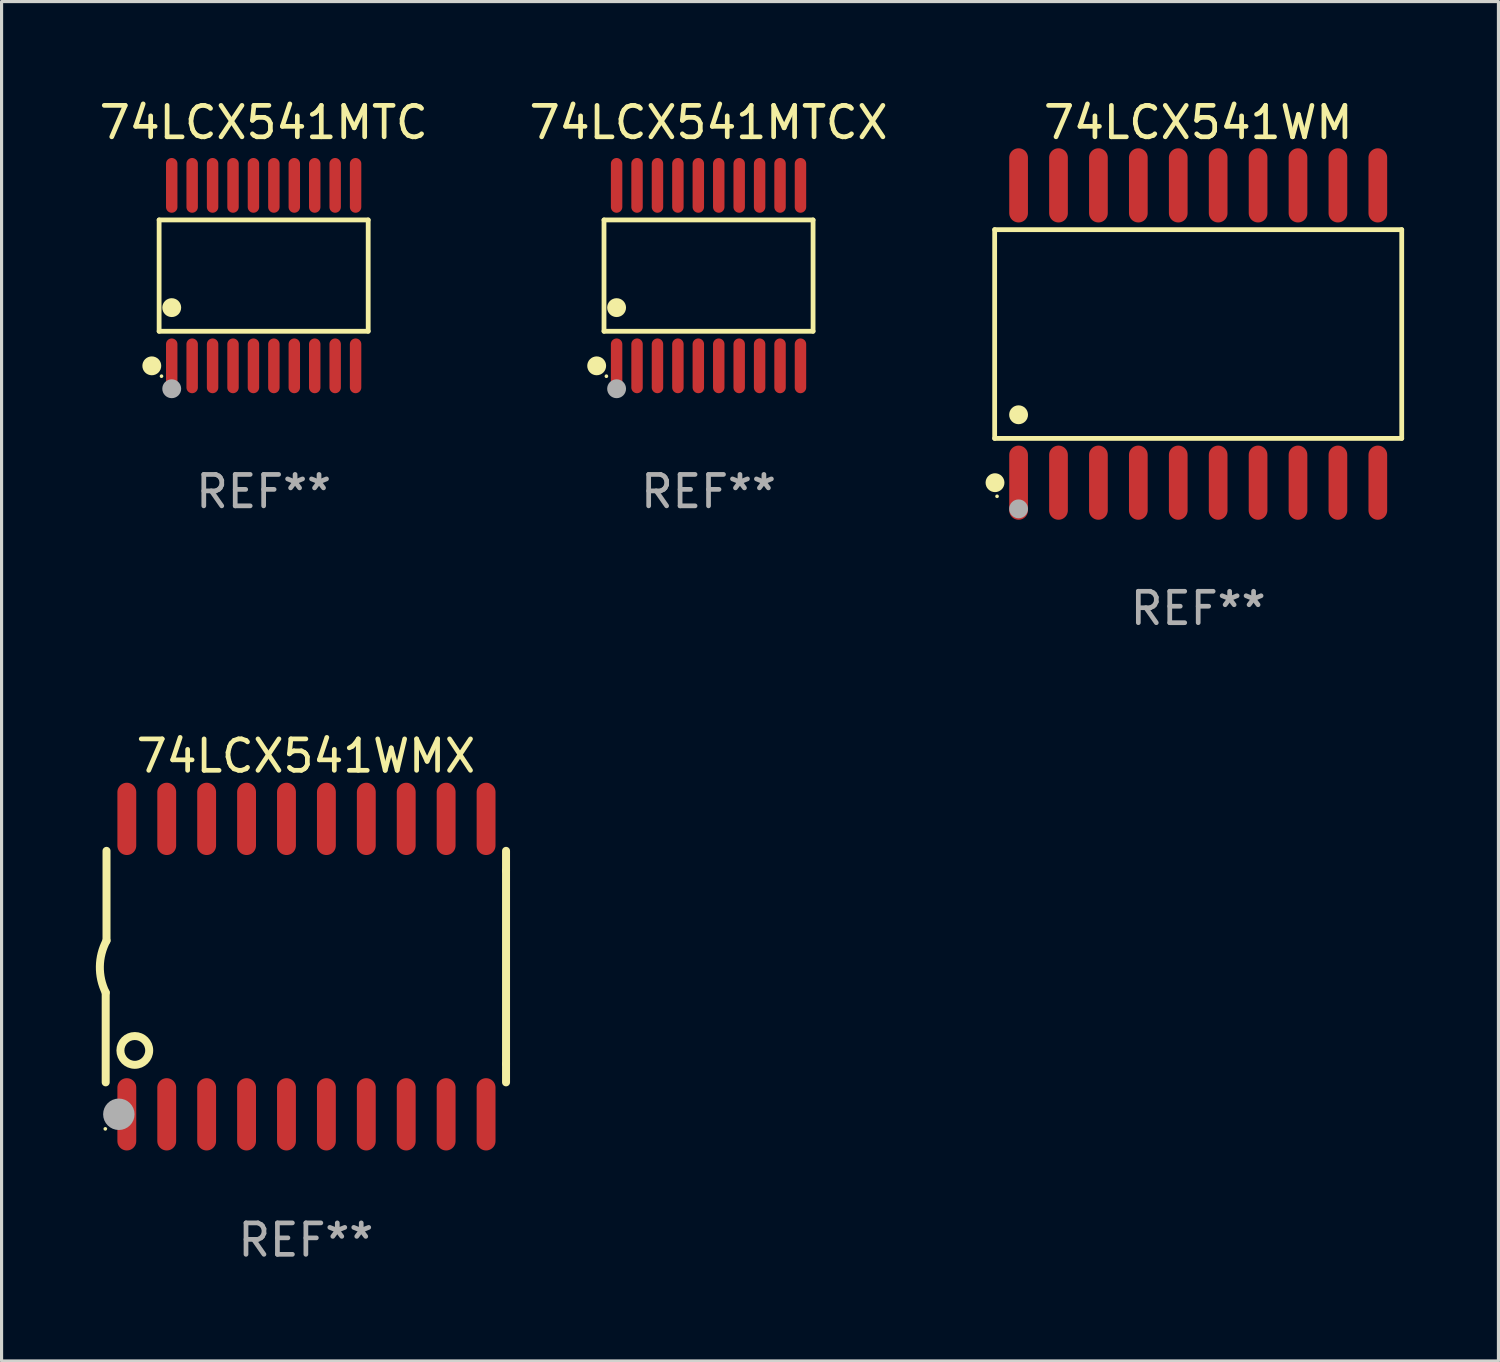
<source format=kicad_pcb>
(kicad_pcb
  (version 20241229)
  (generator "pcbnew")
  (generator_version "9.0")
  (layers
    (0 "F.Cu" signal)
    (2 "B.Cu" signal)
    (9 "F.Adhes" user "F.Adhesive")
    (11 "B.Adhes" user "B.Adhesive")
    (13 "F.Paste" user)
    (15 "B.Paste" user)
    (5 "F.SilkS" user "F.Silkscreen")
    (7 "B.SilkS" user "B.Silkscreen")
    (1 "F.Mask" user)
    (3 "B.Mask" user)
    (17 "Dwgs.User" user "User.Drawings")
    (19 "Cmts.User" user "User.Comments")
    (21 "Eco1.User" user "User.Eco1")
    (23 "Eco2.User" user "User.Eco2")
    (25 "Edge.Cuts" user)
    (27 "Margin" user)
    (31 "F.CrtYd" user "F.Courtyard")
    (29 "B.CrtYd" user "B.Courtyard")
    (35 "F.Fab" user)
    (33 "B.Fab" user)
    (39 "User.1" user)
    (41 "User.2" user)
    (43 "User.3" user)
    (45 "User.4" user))
  (footprint "74LCX541MTC"
    (layer "F.Cu")
    (at 5.339 5.719)
    (property "Reference" "74LCX541MTC" (at 0 -4.871 0) (layer "F.SilkS") (effects (font (size 1 1) (thickness 0.15))))
    (attr through_hole)
    (fp_line (start -3.326 -1.771) (end 3.326 -1.771) (stroke (width 0.152) (type solid)) (layer "F.SilkS"))
    (fp_line (start -3.326 1.771) (end -3.326 -1.771) (stroke (width 0.152) (type solid)) (layer "F.SilkS"))
    (fp_line (start 3.326 -1.771) (end 3.326 1.771) (stroke (width 0.152) (type solid)) (layer "F.SilkS"))
    (fp_line (start 3.326 1.771) (end -3.326 1.771) (stroke (width 0.152) (type solid)) (layer "F.SilkS"))
    (fp_circle (center -3.559 2.871) (end -3.409 2.871) (stroke (width 0.3) (type solid)) (fill no) (layer "F.SilkS"))
    (fp_circle (center -3.25 3.2) (end -3.22 3.2) (stroke (width 0.06) (type solid)) (fill no) (layer "F.SilkS"))
    (fp_circle (center -2.925 1.019) (end -2.775 1.019) (stroke (width 0.3) (type solid)) (fill no) (layer "F.SilkS"))
    (fp_circle (center -2.925 3.6) (end -2.775 3.6) (stroke (width 0.3) (type solid)) (fill no) (layer "F.Fab"))
    (fp_text user "REF**" (at 0 6.871 0) (layer "F.Fab") (effects (font (size 1 1) (thickness 0.15))))
    (pad "1" smd oval (at -2.925 2.871) (size 0.364 1.742) (layers "F.Cu" "F.Mask" "F.Paste"))
    (pad "2" smd oval (at -2.275 2.871) (size 0.364 1.742) (layers "F.Cu" "F.Mask" "F.Paste"))
    (pad "3" smd oval (at -1.625 2.871) (size 0.364 1.742) (layers "F.Cu" "F.Mask" "F.Paste"))
    (pad "4" smd oval (at -0.975 2.871) (size 0.364 1.742) (layers "F.Cu" "F.Mask" "F.Paste"))
    (pad "5" smd oval (at -0.325 2.871) (size 0.364 1.742) (layers "F.Cu" "F.Mask" "F.Paste"))
    (pad "6" smd oval (at 0.325 2.871) (size 0.364 1.742) (layers "F.Cu" "F.Mask" "F.Paste"))
    (pad "7" smd oval (at 0.975 2.871) (size 0.364 1.742) (layers "F.Cu" "F.Mask" "F.Paste"))
    (pad "8" smd oval (at 1.625 2.871) (size 0.364 1.742) (layers "F.Cu" "F.Mask" "F.Paste"))
    (pad "9" smd oval (at 2.275 2.871) (size 0.364 1.742) (layers "F.Cu" "F.Mask" "F.Paste"))
    (pad "10" smd oval (at 2.925 2.871) (size 0.364 1.742) (layers "F.Cu" "F.Mask" "F.Paste"))
    (pad "11" smd oval (at 2.925 -2.871) (size 0.364 1.742) (layers "F.Cu" "F.Mask" "F.Paste"))
    (pad "12" smd oval (at 2.275 -2.871) (size 0.364 1.742) (layers "F.Cu" "F.Mask" "F.Paste"))
    (pad "13" smd oval (at 1.625 -2.871) (size 0.364 1.742) (layers "F.Cu" "F.Mask" "F.Paste"))
    (pad "14" smd oval (at 0.975 -2.871) (size 0.364 1.742) (layers "F.Cu" "F.Mask" "F.Paste"))
    (pad "15" smd oval (at 0.325 -2.871) (size 0.364 1.742) (layers "F.Cu" "F.Mask" "F.Paste"))
    (pad "16" smd oval (at -0.325 -2.871) (size 0.364 1.742) (layers "F.Cu" "F.Mask" "F.Paste"))
    (pad "17" smd oval (at -0.975 -2.871) (size 0.364 1.742) (layers "F.Cu" "F.Mask" "F.Paste"))
    (pad "18" smd oval (at -1.625 -2.871) (size 0.364 1.742) (layers "F.Cu" "F.Mask" "F.Paste"))
    (pad "19" smd oval (at -2.275 -2.871) (size 0.364 1.742) (layers "F.Cu" "F.Mask" "F.Paste"))
    (pad "20" smd oval (at -2.925 -2.871) (size 0.364 1.742) (layers "F.Cu" "F.Mask" "F.Paste")))
  (footprint "74LCX541MTCX"
    (layer "F.Cu")
    (at 19.494 5.719)
    (property "Reference" "74LCX541MTCX" (at 0 -4.871 0) (layer "F.SilkS") (effects (font (size 1 1) (thickness 0.15))))
    (attr through_hole)
    (fp_line (start -3.326 -1.771) (end 3.326 -1.771) (stroke (width 0.152) (type solid)) (layer "F.SilkS"))
    (fp_line (start -3.326 1.771) (end -3.326 -1.771) (stroke (width 0.152) (type solid)) (layer "F.SilkS"))
    (fp_line (start 3.326 -1.771) (end 3.326 1.771) (stroke (width 0.152) (type solid)) (layer "F.SilkS"))
    (fp_line (start 3.326 1.771) (end -3.326 1.771) (stroke (width 0.152) (type solid)) (layer "F.SilkS"))
    (fp_circle (center -3.559 2.871) (end -3.409 2.871) (stroke (width 0.3) (type solid)) (fill no) (layer "F.SilkS"))
    (fp_circle (center -3.25 3.2) (end -3.22 3.2) (stroke (width 0.06) (type solid)) (fill no) (layer "F.SilkS"))
    (fp_circle (center -2.925 1.019) (end -2.775 1.019) (stroke (width 0.3) (type solid)) (fill no) (layer "F.SilkS"))
    (fp_circle (center -2.925 3.6) (end -2.775 3.6) (stroke (width 0.3) (type solid)) (fill no) (layer "F.Fab"))
    (fp_text user "REF**" (at 0 6.871 0) (layer "F.Fab") (effects (font (size 1 1) (thickness 0.15))))
    (pad "1" smd oval (at -2.925 2.871) (size 0.364 1.742) (layers "F.Cu" "F.Mask" "F.Paste"))
    (pad "2" smd oval (at -2.275 2.871) (size 0.364 1.742) (layers "F.Cu" "F.Mask" "F.Paste"))
    (pad "3" smd oval (at -1.625 2.871) (size 0.364 1.742) (layers "F.Cu" "F.Mask" "F.Paste"))
    (pad "4" smd oval (at -0.975 2.871) (size 0.364 1.742) (layers "F.Cu" "F.Mask" "F.Paste"))
    (pad "5" smd oval (at -0.325 2.871) (size 0.364 1.742) (layers "F.Cu" "F.Mask" "F.Paste"))
    (pad "6" smd oval (at 0.325 2.871) (size 0.364 1.742) (layers "F.Cu" "F.Mask" "F.Paste"))
    (pad "7" smd oval (at 0.975 2.871) (size 0.364 1.742) (layers "F.Cu" "F.Mask" "F.Paste"))
    (pad "8" smd oval (at 1.625 2.871) (size 0.364 1.742) (layers "F.Cu" "F.Mask" "F.Paste"))
    (pad "9" smd oval (at 2.275 2.871) (size 0.364 1.742) (layers "F.Cu" "F.Mask" "F.Paste"))
    (pad "10" smd oval (at 2.925 2.871) (size 0.364 1.742) (layers "F.Cu" "F.Mask" "F.Paste"))
    (pad "11" smd oval (at 2.925 -2.871) (size 0.364 1.742) (layers "F.Cu" "F.Mask" "F.Paste"))
    (pad "12" smd oval (at 2.275 -2.871) (size 0.364 1.742) (layers "F.Cu" "F.Mask" "F.Paste"))
    (pad "13" smd oval (at 1.625 -2.871) (size 0.364 1.742) (layers "F.Cu" "F.Mask" "F.Paste"))
    (pad "14" smd oval (at 0.975 -2.871) (size 0.364 1.742) (layers "F.Cu" "F.Mask" "F.Paste"))
    (pad "15" smd oval (at 0.325 -2.871) (size 0.364 1.742) (layers "F.Cu" "F.Mask" "F.Paste"))
    (pad "16" smd oval (at -0.325 -2.871) (size 0.364 1.742) (layers "F.Cu" "F.Mask" "F.Paste"))
    (pad "17" smd oval (at -0.975 -2.871) (size 0.364 1.742) (layers "F.Cu" "F.Mask" "F.Paste"))
    (pad "18" smd oval (at -1.625 -2.871) (size 0.364 1.742) (layers "F.Cu" "F.Mask" "F.Paste"))
    (pad "19" smd oval (at -2.275 -2.871) (size 0.364 1.742) (layers "F.Cu" "F.Mask" "F.Paste"))
    (pad "20" smd oval (at -2.925 -2.871) (size 0.364 1.742) (layers "F.Cu" "F.Mask" "F.Paste")))
  (footprint "74LCX541WMX"
    (layer "F.Cu")
    (at 6.682 27.705)
    (property "Reference" "74LCX541WMX" (at 0 -6.7 0) (layer "F.SilkS") (effects (font (size 1 1) (thickness 0.15))))
    (attr through_hole)
    (fp_line (start -6.369 0.826) (end -6.369 3.683) (stroke (width 0.254) (type solid)) (layer "F.SilkS"))
    (fp_line (start -6.343 -0.825) (end -6.343 -3.683) (stroke (width 0.254) (type solid)) (layer "F.SilkS"))
    (fp_line (start 6.369 -3.048) (end 6.369 -3.683) (stroke (width 0.254) (type solid)) (layer "F.SilkS"))
    (fp_line (start 6.369 -3.048) (end 6.369 3.096) (stroke (width 0.254) (type solid)) (layer "F.SilkS"))
    (fp_line (start 6.369 3.096) (end 6.369 3.683) (stroke (width 0.254) (type solid)) (layer "F.SilkS"))
    (fp_arc (start -6.36853 0.825552) (mid -6.554743 -0.00301) (end -6.343129 -0.825451) (stroke (width 0.254001) (type solid)) (layer "F.SilkS"))
    (fp_circle (center -6.382 5.163) (end -6.352 5.163) (stroke (width 0.06) (type solid)) (fill no) (layer "F.SilkS"))
    (fp_circle (center -5.443 2.667) (end -4.985 2.667) (stroke (width 0.254) (type solid)) (fill no) (layer "F.SilkS"))
    (fp_circle (center -5.951 4.699) (end -5.701 4.699) (stroke (width 0.5) (type solid)) (fill no) (layer "F.Fab"))
    (fp_text user "REF**" (at 0 8.7 0) (layer "F.Fab") (effects (font (size 1 1) (thickness 0.15))))
    (pad "1" smd oval (at -5.697 4.7 180) (size 0.6 2.3) (layers "F.Cu" "F.Mask" "F.Paste"))
    (pad "2" smd oval (at -4.427 4.7 180) (size 0.6 2.3) (layers "F.Cu" "F.Mask" "F.Paste"))
    (pad "3" smd oval (at -3.157 4.7 180) (size 0.6 2.3) (layers "F.Cu" "F.Mask" "F.Paste"))
    (pad "4" smd oval (at -1.887 4.7 180) (size 0.6 2.3) (layers "F.Cu" "F.Mask" "F.Paste"))
    (pad "5" smd oval (at -0.617 4.7 180) (size 0.6 2.3) (layers "F.Cu" "F.Mask" "F.Paste"))
    (pad "6" smd oval (at 0.653 4.7 180) (size 0.6 2.3) (layers "F.Cu" "F.Mask" "F.Paste"))
    (pad "7" smd oval (at 1.923 4.7 180) (size 0.6 2.3) (layers "F.Cu" "F.Mask" "F.Paste"))
    (pad "8" smd oval (at 3.193 4.7 180) (size 0.6 2.3) (layers "F.Cu" "F.Mask" "F.Paste"))
    (pad "9" smd oval (at 4.463 4.7 180) (size 0.6 2.3) (layers "F.Cu" "F.Mask" "F.Paste"))
    (pad "10" smd oval (at 5.734 4.7 180) (size 0.6 2.3) (layers "F.Cu" "F.Mask" "F.Paste"))
    (pad "11" smd oval (at 5.734 -4.7 180) (size 0.6 2.3) (layers "F.Cu" "F.Mask" "F.Paste"))
    (pad "12" smd oval (at 4.463 -4.7 180) (size 0.6 2.3) (layers "F.Cu" "F.Mask" "F.Paste"))
    (pad "13" smd oval (at 3.193 -4.7 180) (size 0.6 2.3) (layers "F.Cu" "F.Mask" "F.Paste"))
    (pad "14" smd oval (at 1.923 -4.7 180) (size 0.6 2.3) (layers "F.Cu" "F.Mask" "F.Paste"))
    (pad "15" smd oval (at 0.653 -4.7 180) (size 0.6 2.3) (layers "F.Cu" "F.Mask" "F.Paste"))
    (pad "16" smd oval (at -0.617 -4.7 180) (size 0.6 2.3) (layers "F.Cu" "F.Mask" "F.Paste"))
    (pad "17" smd oval (at -1.887 -4.7 180) (size 0.6 2.3) (layers "F.Cu" "F.Mask" "F.Paste"))
    (pad "18" smd oval (at -3.157 -4.7 180) (size 0.6 2.3) (layers "F.Cu" "F.Mask" "F.Paste"))
    (pad "19" smd oval (at -4.427 -4.7 180) (size 0.6 2.3) (layers "F.Cu" "F.Mask" "F.Paste"))
    (pad "20" smd oval (at -5.697 -4.7 180) (size 0.6 2.3) (layers "F.Cu" "F.Mask" "F.Paste")))
  (footprint "74LCX541WM"
    (layer "F.Cu")
    (at 35.074 7.578)
    (property "Reference" "74LCX541WM" (at 0 -6.73 0) (layer "F.SilkS") (effects (font (size 1 1) (thickness 0.15))))
    (attr through_hole)
    (fp_line (start -6.476 -3.321) (end 6.476 -3.321) (stroke (width 0.152) (type solid)) (layer "F.SilkS"))
    (fp_line (start -6.476 3.321) (end -6.476 -3.321) (stroke (width 0.152) (type solid)) (layer "F.SilkS"))
    (fp_line (start 6.476 -3.321) (end 6.476 3.321) (stroke (width 0.152) (type solid)) (layer "F.SilkS"))
    (fp_line (start 6.476 3.321) (end -6.476 3.321) (stroke (width 0.152) (type solid)) (layer "F.SilkS"))
    (fp_circle (center -6.465 4.73) (end -6.315 4.73) (stroke (width 0.3) (type solid)) (fill no) (layer "F.SilkS"))
    (fp_circle (center -6.4 5.163) (end -6.37 5.163) (stroke (width 0.06) (type solid)) (fill no) (layer "F.SilkS"))
    (fp_circle (center -5.715 2.569) (end -5.565 2.569) (stroke (width 0.3) (type solid)) (fill no) (layer "F.SilkS"))
    (fp_circle (center -5.715 5.563) (end -5.565 5.563) (stroke (width 0.3) (type solid)) (fill no) (layer "F.Fab"))
    (fp_text user "REF**" (at 0 8.73 0) (layer "F.Fab") (effects (font (size 1 1) (thickness 0.15))))
    (pad "1" smd oval (at -5.715 4.73) (size 0.595 2.36) (layers "F.Cu" "F.Mask" "F.Paste"))
    (pad "2" smd oval (at -4.445 4.73) (size 0.595 2.36) (layers "F.Cu" "F.Mask" "F.Paste"))
    (pad "3" smd oval (at -3.175 4.73) (size 0.595 2.36) (layers "F.Cu" "F.Mask" "F.Paste"))
    (pad "4" smd oval (at -1.905 4.73) (size 0.595 2.36) (layers "F.Cu" "F.Mask" "F.Paste"))
    (pad "5" smd oval (at -0.635 4.73) (size 0.595 2.36) (layers "F.Cu" "F.Mask" "F.Paste"))
    (pad "6" smd oval (at 0.635 4.73) (size 0.595 2.36) (layers "F.Cu" "F.Mask" "F.Paste"))
    (pad "7" smd oval (at 1.905 4.73) (size 0.595 2.36) (layers "F.Cu" "F.Mask" "F.Paste"))
    (pad "8" smd oval (at 3.175 4.73) (size 0.595 2.36) (layers "F.Cu" "F.Mask" "F.Paste"))
    (pad "9" smd oval (at 4.445 4.73) (size 0.595 2.36) (layers "F.Cu" "F.Mask" "F.Paste"))
    (pad "10" smd oval (at 5.715 4.73) (size 0.595 2.36) (layers "F.Cu" "F.Mask" "F.Paste"))
    (pad "11" smd oval (at 5.715 -4.73) (size 0.595 2.36) (layers "F.Cu" "F.Mask" "F.Paste"))
    (pad "12" smd oval (at 4.445 -4.73) (size 0.595 2.36) (layers "F.Cu" "F.Mask" "F.Paste"))
    (pad "13" smd oval (at 3.175 -4.73) (size 0.595 2.36) (layers "F.Cu" "F.Mask" "F.Paste"))
    (pad "14" smd oval (at 1.905 -4.73) (size 0.595 2.36) (layers "F.Cu" "F.Mask" "F.Paste"))
    (pad "15" smd oval (at 0.635 -4.73) (size 0.595 2.36) (layers "F.Cu" "F.Mask" "F.Paste"))
    (pad "16" smd oval (at -0.635 -4.73) (size 0.595 2.36) (layers "F.Cu" "F.Mask" "F.Paste"))
    (pad "17" smd oval (at -1.905 -4.73) (size 0.595 2.36) (layers "F.Cu" "F.Mask" "F.Paste"))
    (pad "18" smd oval (at -3.175 -4.73) (size 0.595 2.36) (layers "F.Cu" "F.Mask" "F.Paste"))
    (pad "19" smd oval (at -4.445 -4.73) (size 0.595 2.36) (layers "F.Cu" "F.Mask" "F.Paste"))
    (pad "20" smd oval (at -5.715 -4.73) (size 0.595 2.36) (layers "F.Cu" "F.Mask" "F.Paste")))
  (gr_rect
    (start -3 -3)
    (end 44.627 40.253)
    (stroke (width 0.1) (type default))
    (fill no)
    (layer "Edge.Cuts")))
</source>
